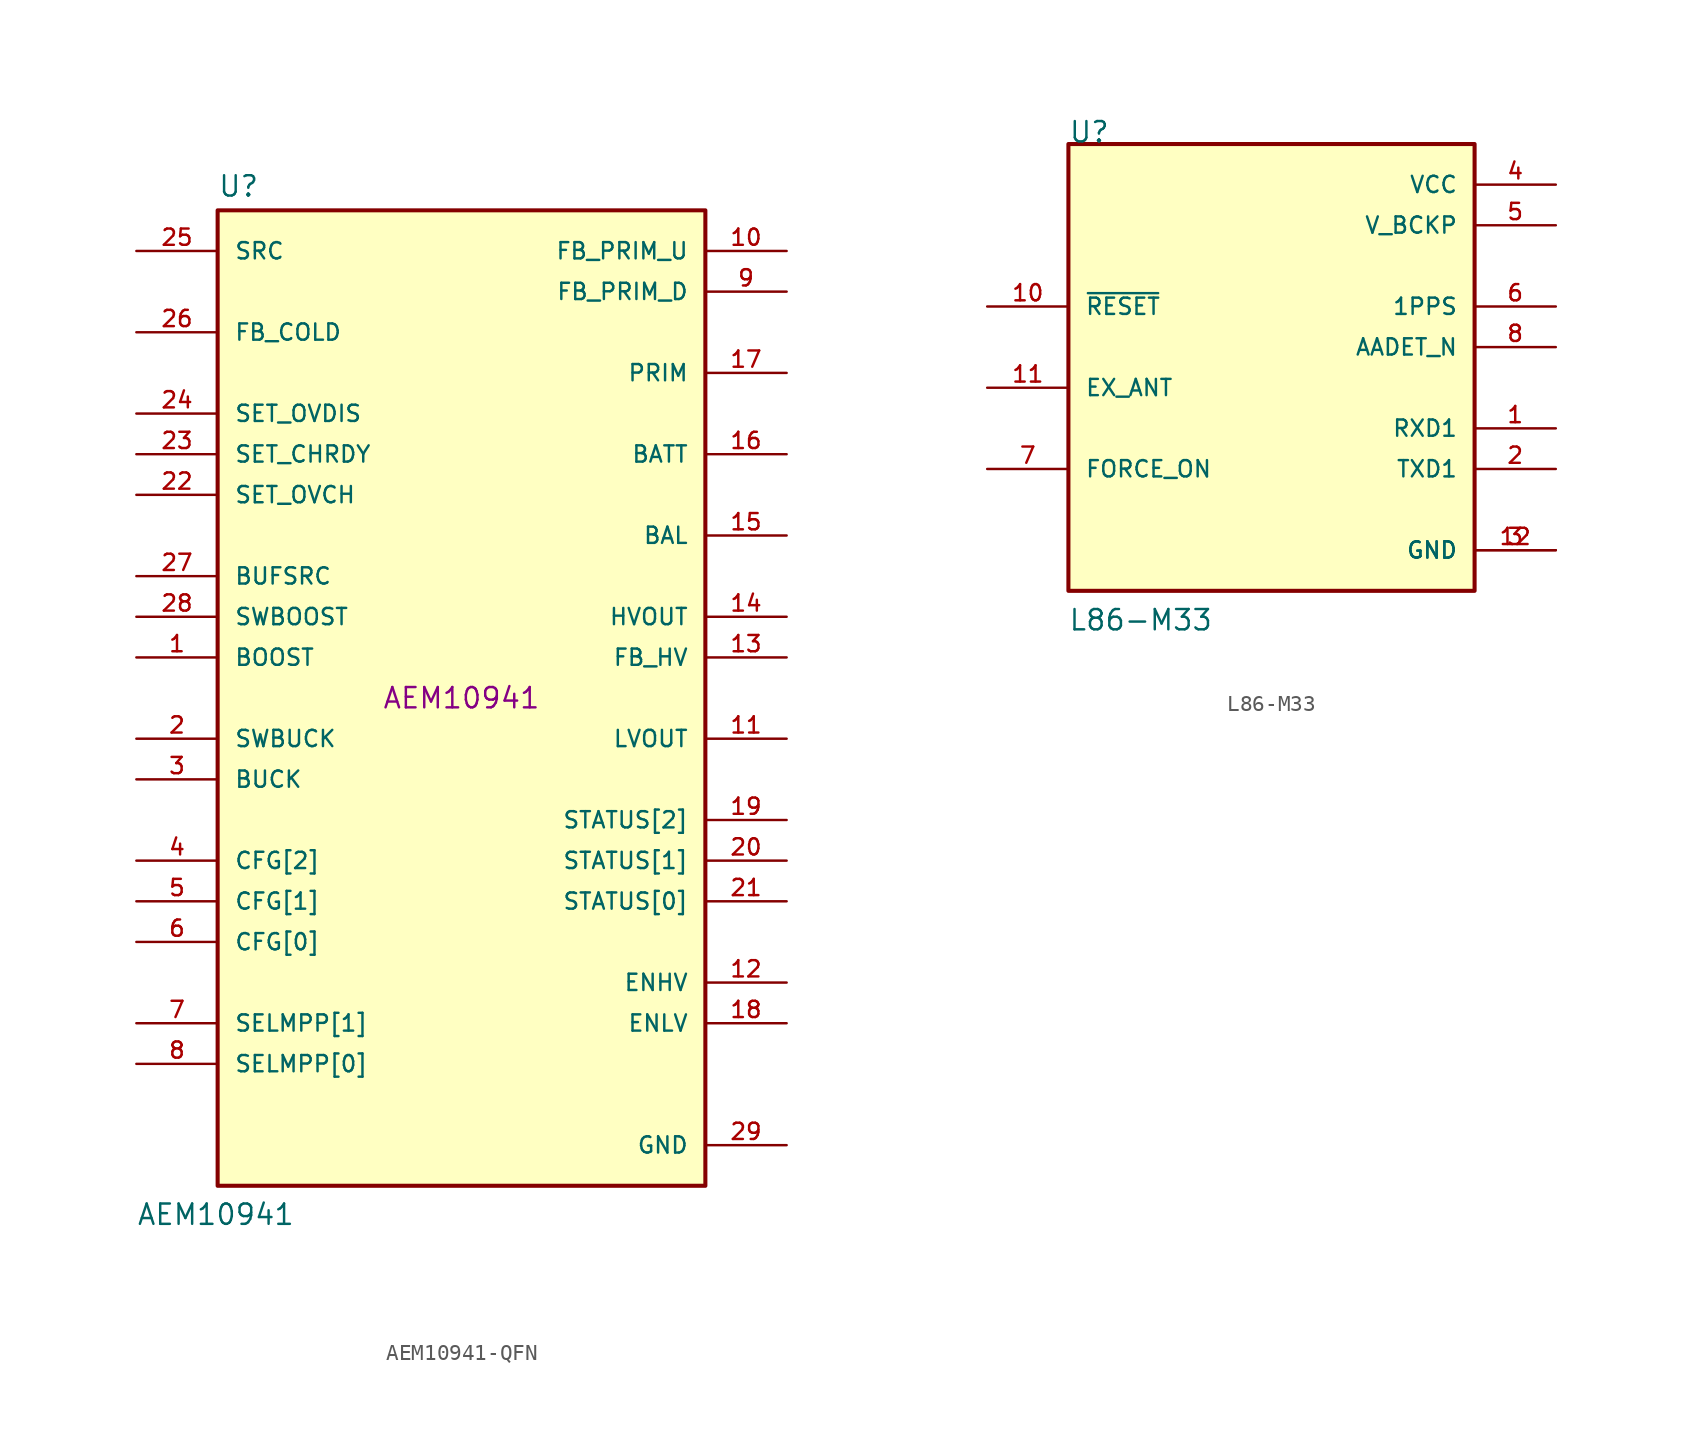
<source format=kicad_sym>
(kicad_symbol_lib
  (version 20231120)
  (generator "kicad_symbol_editor")
  (generator_version "8.0")
  (symbol "AEM10941-QFN"
    (pin_names
      (offset 1.016))
    (property "Reference" "U"
      (at -15.24 31.242 0)
      (effects (font (size 1.27 1.27)) (justify left bottom)))
    (property "Value" "AEM10941"
      (at -20.32 -33.02 0)
      (effects (font (size 1.27 1.27)) (justify left bottom)))
    (property "Part Number" "AEM10941"
      (at 0 0 0)
      (effects (font (size 1.27 1.27))))
    (symbol "AEM10941-QFN_0_0"
      (rectangle (start -15.24 30.48) (end 15.24 -30.48) (stroke (width 0.254) (type default)) (fill (type background)))
      (pin output line (at -20.32 2.54 0) (length 5.08) (name "BOOST" (effects (font (size 1.016 1.016)))) (number "1" (effects (font (size 1.016 1.016)))))
      (pin bidirectional line (at 20.32 27.94 180) (length 5.08) (name "FB_PRIM_U" (effects (font (size 1.016 1.016)))) (number "10" (effects (font (size 1.016 1.016)))))
      (pin output line (at 20.32 -2.54 180) (length 5.08) (name "LVOUT" (effects (font (size 1.016 1.016)))) (number "11" (effects (font (size 1.016 1.016)))))
      (pin input line (at 20.32 -17.78 180) (length 5.08) (name "ENHV" (effects (font (size 1.016 1.016)))) (number "12" (effects (font (size 1.016 1.016)))))
      (pin bidirectional line (at 20.32 2.54 180) (length 5.08) (name "FB_HV" (effects (font (size 1.016 1.016)))) (number "13" (effects (font (size 1.016 1.016)))))
      (pin output line (at 20.32 5.08 180) (length 5.08) (name "HVOUT" (effects (font (size 1.016 1.016)))) (number "14" (effects (font (size 1.016 1.016)))))
      (pin bidirectional line (at 20.32 10.16 180) (length 5.08) (name "BAL" (effects (font (size 1.016 1.016)))) (number "15" (effects (font (size 1.016 1.016)))))
      (pin output line (at 20.32 15.24 180) (length 5.08) (name "BATT" (effects (font (size 1.016 1.016)))) (number "16" (effects (font (size 1.016 1.016)))))
      (pin bidirectional line (at 20.32 20.32 180) (length 5.08) (name "PRIM" (effects (font (size 1.016 1.016)))) (number "17" (effects (font (size 1.016 1.016)))))
      (pin input line (at 20.32 -20.32 180) (length 5.08) (name "ENLV" (effects (font (size 1.016 1.016)))) (number "18" (effects (font (size 1.016 1.016)))))
      (pin output line (at 20.32 -7.62 180) (length 5.08) (name "STATUS[2]" (effects (font (size 1.016 1.016)))) (number "19" (effects (font (size 1.016 1.016)))))
      (pin bidirectional line (at -20.32 -2.54 0) (length 5.08) (name "SWBUCK" (effects (font (size 1.016 1.016)))) (number "2" (effects (font (size 1.016 1.016)))))
      (pin output line (at 20.32 -10.16 180) (length 5.08) (name "STATUS[1]" (effects (font (size 1.016 1.016)))) (number "20" (effects (font (size 1.016 1.016)))))
      (pin output line (at 20.32 -12.7 180) (length 5.08) (name "STATUS[0]" (effects (font (size 1.016 1.016)))) (number "21" (effects (font (size 1.016 1.016)))))
      (pin bidirectional line (at -20.32 12.7 0) (length 5.08) (name "SET_OVCH" (effects (font (size 1.016 1.016)))) (number "22" (effects (font (size 1.016 1.016)))))
      (pin bidirectional line (at -20.32 15.24 0) (length 5.08) (name "SET_CHRDY" (effects (font (size 1.016 1.016)))) (number "23" (effects (font (size 1.016 1.016)))))
      (pin bidirectional line (at -20.32 17.78 0) (length 5.08) (name "SET_OVDIS" (effects (font (size 1.016 1.016)))) (number "24" (effects (font (size 1.016 1.016)))))
      (pin input line (at -20.32 27.94 0) (length 5.08) (name "SRC" (effects (font (size 1.016 1.016)))) (number "25" (effects (font (size 1.016 1.016)))))
      (pin bidirectional line (at -20.32 22.86 0) (length 5.08) (name "FB_COLD" (effects (font (size 1.016 1.016)))) (number "26" (effects (font (size 1.016 1.016)))))
      (pin bidirectional line (at -20.32 7.62 0) (length 5.08) (name "BUFSRC" (effects (font (size 1.016 1.016)))) (number "27" (effects (font (size 1.016 1.016)))))
      (pin bidirectional line (at -20.32 5.08 0) (length 5.08) (name "SWBOOST" (effects (font (size 1.016 1.016)))) (number "28" (effects (font (size 1.016 1.016)))))
      (pin power_in line (at 20.32 -27.94 180) (length 5.08) (name "GND" (effects (font (size 1.016 1.016)))) (number "29" (effects (font (size 1.016 1.016)))))
      (pin output line (at -20.32 -5.08 0) (length 5.08) (name "BUCK" (effects (font (size 1.016 1.016)))) (number "3" (effects (font (size 1.016 1.016)))))
      (pin bidirectional line (at -20.32 -10.16 0) (length 5.08) (name "CFG[2]" (effects (font (size 1.016 1.016)))) (number "4" (effects (font (size 1.016 1.016)))))
      (pin bidirectional line (at -20.32 -12.7 0) (length 5.08) (name "CFG[1]" (effects (font (size 1.016 1.016)))) (number "5" (effects (font (size 1.016 1.016)))))
      (pin bidirectional line (at -20.32 -15.24 0) (length 5.08) (name "CFG[0]" (effects (font (size 1.016 1.016)))) (number "6" (effects (font (size 1.016 1.016)))))
      (pin bidirectional line (at -20.32 -20.32 0) (length 5.08) (name "SELMPP[1]" (effects (font (size 1.016 1.016)))) (number "7" (effects (font (size 1.016 1.016)))))
      (pin bidirectional line (at -20.32 -22.86 0) (length 5.08) (name "SELMPP[0]" (effects (font (size 1.016 1.016)))) (number "8" (effects (font (size 1.016 1.016)))))
      (pin bidirectional line (at 20.32 25.4 180) (length 5.08) (name "FB_PRIM_D" (effects (font (size 1.016 1.016)))) (number "9" (effects (font (size 1.016 1.016)))))))
  (symbol "L86-M33"
    (pin_names
      (offset 1.016))
    (property "Reference" "U"
      (at -12.704 12.704 0)
      (effects (font (size 1.27 1.27)) (justify left bottom)))
    (property "Value" "L86-M33"
      (at -12.721 -17.81 0)
      (effects (font (size 1.27 1.27)) (justify left bottom)))
    (symbol "L86-M33_0_0"
      (rectangle (start -12.7 12.7) (end 12.7 -15.24) (stroke (width 0.254) (type default)) (fill (type background)))
      (pin input line (at 17.78 -5.08 180) (length 5.08) (name "RXD1" (effects (font (size 1.016 1.016)))) (number "1" (effects (font (size 1.016 1.016)))))
      (pin input line (at -17.78 2.54 0) (length 5.08) (name "~{RESET}" (effects (font (size 1.016 1.016)))) (number "10" (effects (font (size 1.016 1.016)))))
      (pin input line (at -17.78 -2.54 0) (length 5.08) (name "EX_ANT" (effects (font (size 1.016 1.016)))) (number "11" (effects (font (size 1.016 1.016)))))
      (pin passive line (at 17.78 -12.7 180) (length 5.08) (name "GND" (effects (font (size 1.016 1.016)))) (number "12" (effects (font (size 1.016 1.016)))))
      (pin output line (at 17.78 -7.62 180) (length 5.08) (name "TXD1" (effects (font (size 1.016 1.016)))) (number "2" (effects (font (size 1.016 1.016)))))
      (pin passive line (at 17.78 -12.7 180) (length 5.08) (name "GND" (effects (font (size 1.016 1.016)))) (number "3" (effects (font (size 1.016 1.016)))))
      (pin power_in line (at 17.78 10.16 180) (length 5.08) (name "VCC" (effects (font (size 1.016 1.016)))) (number "4" (effects (font (size 1.016 1.016)))))
      (pin power_in line (at 17.78 7.62 180) (length 5.08) (name "V_BCKP" (effects (font (size 1.016 1.016)))) (number "5" (effects (font (size 1.016 1.016)))))
      (pin output line (at 17.78 2.54 180) (length 5.08) (name "1PPS" (effects (font (size 1.016 1.016)))) (number "6" (effects (font (size 1.016 1.016)))))
      (pin input line (at -17.78 -7.62 0) (length 5.08) (name "FORCE_ON" (effects (font (size 1.016 1.016)))) (number "7" (effects (font (size 1.016 1.016)))))
      (pin output line (at 17.78 0 180) (length 5.08) (name "AADET_N" (effects (font (size 1.016 1.016)))) (number "8" (effects (font (size 1.016 1.016))))))))
</source>
